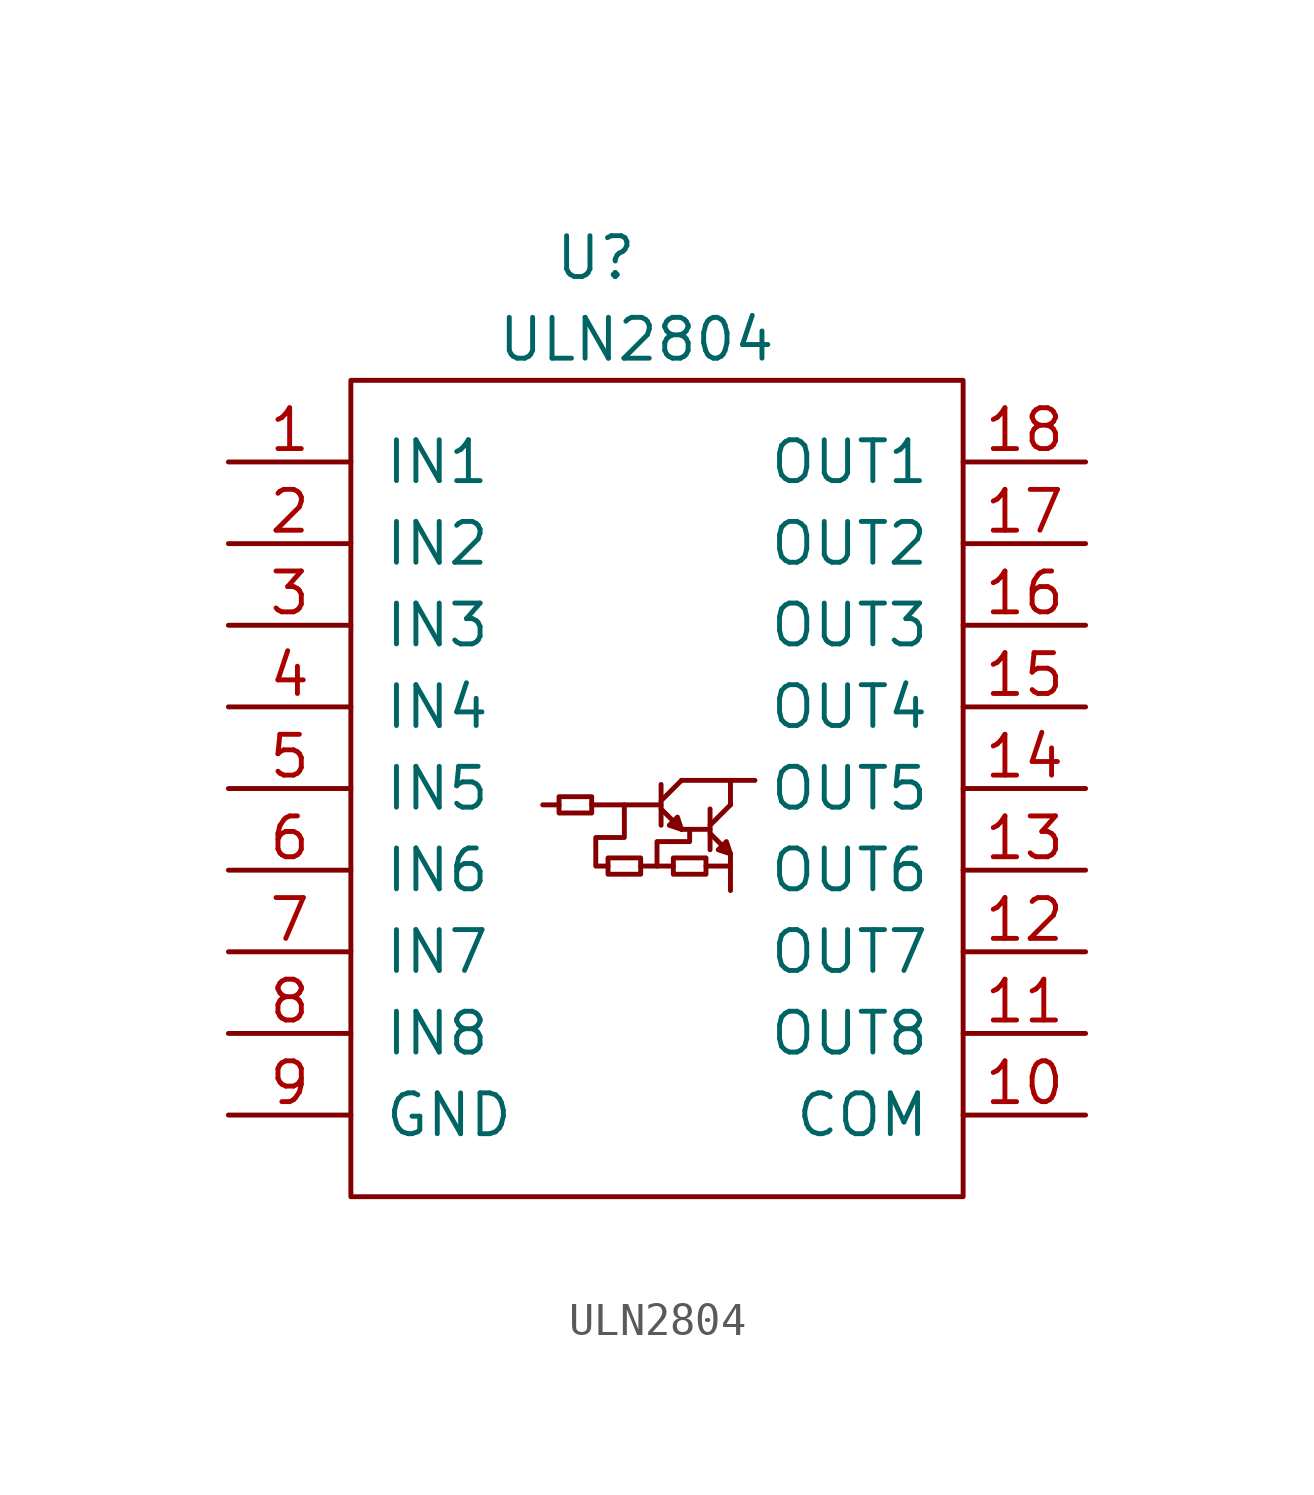
<source format=kicad_sym>
(kicad_symbol_lib
  (version 20211014)
  (generator kicad_symbol_editor)
  (symbol "ULN2804"
    (pin_names
      (offset 1.016))
    (property "Reference" "U"
      (at -2.54 16.51 0)
      (effects (font (size 1.27 1.27))))
    (property "Value" "ULN2804"
      (at -1.27 13.97 0)
      (effects (font (size 1.27 1.27))))
    (symbol "ULN2804_0_1"
      (polyline (pts (xy -3.683 -0.508) (xy -4.191 -0.508)) (stroke (width 0) (type default) (color 0 0 0 0)) (fill (type none)))
      (polyline (pts (xy -0.508 -0.635) (xy 0.127 -1.27)) (stroke (width 0) (type default) (color 0 0 0 0)) (fill (type none)))
      (polyline (pts (xy -0.508 -0.508) (xy -2.667 -0.508)) (stroke (width 0) (type default) (color 0 0 0 0)) (fill (type none)))
      (polyline (pts (xy -0.508 -0.381) (xy 0.127 0.254)) (stroke (width 0) (type default) (color 0 0 0 0)) (fill (type none)))
      (polyline (pts (xy -0.508 0.127) (xy -0.508 -1.143)) (stroke (width 0) (type default) (color 0 0 0 0)) (fill (type none)))
      (polyline (pts (xy -0.127 -2.413) (xy -1.143 -2.413)) (stroke (width 0) (type default) (color 0 0 0 0)) (fill (type none)))
      (polyline (pts (xy 0.127 -1.27) (xy 1.016 -1.27)) (stroke (width 0) (type default) (color 0 0 0 0)) (fill (type none)))
      (polyline (pts (xy 0.889 -2.413) (xy 1.651 -2.413)) (stroke (width 0) (type default) (color 0 0 0 0)) (fill (type none)))
      (polyline (pts (xy 1.016 -1.397) (xy 1.651 -2.032)) (stroke (width 0) (type default) (color 0 0 0 0)) (fill (type none)))
      (polyline (pts (xy 1.016 -1.143) (xy 1.651 -0.508)) (stroke (width 0) (type default) (color 0 0 0 0)) (fill (type none)))
      (polyline (pts (xy 1.016 -0.635) (xy 1.016 -1.905)) (stroke (width 0) (type default) (color 0 0 0 0)) (fill (type none)))
      (polyline (pts (xy 1.651 -2.032) (xy 1.651 -3.175)) (stroke (width 0) (type default) (color 0 0 0 0)) (fill (type none)))
      (polyline (pts (xy 1.651 0.254) (xy 2.413 0.254)) (stroke (width 0) (type default) (color 0 0 0 0)) (fill (type none)))
      (polyline (pts (xy 0.127 0.254) (xy 1.651 0.254) (xy 1.651 -0.508)) (stroke (width 0) (type default) (color 0 0 0 0)) (fill (type none)))
      (polyline (pts (xy 0.127 -1.27) (xy 0 -0.889) (xy -0.254 -1.143) (xy 0.127 -1.27)) (stroke (width 0) (type default) (color 0 0 0 0)) (fill (type none)))
      (polyline (pts (xy 0.381 -1.27) (xy 0.381 -1.651) (xy -0.635 -1.651) (xy -0.635 -2.413)) (stroke (width 0) (type default) (color 0 0 0 0)) (fill (type none)))
      (polyline (pts (xy 1.651 -2.032) (xy 1.524 -1.651) (xy 1.27 -1.905) (xy 1.651 -2.032)) (stroke (width 0) (type default) (color 0 0 0 0)) (fill (type none)))
      (polyline (pts (xy -3.683 -0.254) (xy -2.667 -0.254) (xy -2.667 -0.762) (xy -3.683 -0.762) (xy -3.683 -0.254)) (stroke (width 0) (type default) (color 0 0 0 0)) (fill (type none)))
      (polyline (pts (xy -2.159 -2.413) (xy -2.54 -2.413) (xy -2.54 -1.524) (xy -1.651 -1.524) (xy -1.651 -0.508)) (stroke (width 0) (type default) (color 0 0 0 0)) (fill (type none)))
      (polyline (pts (xy -2.159 -2.159) (xy -1.143 -2.159) (xy -1.143 -2.667) (xy -2.159 -2.667) (xy -2.159 -2.159)) (stroke (width 0) (type default) (color 0 0 0 0)) (fill (type none)))
      (polyline (pts (xy -0.127 -2.159) (xy 0.889 -2.159) (xy 0.889 -2.667) (xy -0.127 -2.667) (xy -0.127 -2.159)) (stroke (width 0) (type default) (color 0 0 0 0)) (fill (type none)))
      (rectangle (start 8.89 -12.7) (end -10.16 12.7) (stroke (width 0) (type default) (color 0 0 0 0)) (fill (type none))))
    (symbol "ULN2804_1_1"
      (pin input line (at -13.97 10.16 0) (length 3.81) (name "IN1" (effects (font (size 1.27 1.27)))) (number "1" (effects (font (size 1.27 1.27)))))
      (pin input line (at 12.7 -10.16 180) (length 3.81) (name "COM" (effects (font (size 1.27 1.27)))) (number "10" (effects (font (size 1.27 1.27)))))
      (pin input line (at 12.7 -7.62 180) (length 3.81) (name "OUT8" (effects (font (size 1.27 1.27)))) (number "11" (effects (font (size 1.27 1.27)))))
      (pin input line (at 12.7 -5.08 180) (length 3.81) (name "OUT7" (effects (font (size 1.27 1.27)))) (number "12" (effects (font (size 1.27 1.27)))))
      (pin input line (at 12.7 -2.54 180) (length 3.81) (name "OUT6" (effects (font (size 1.27 1.27)))) (number "13" (effects (font (size 1.27 1.27)))))
      (pin input line (at 12.7 0 180) (length 3.81) (name "OUT5" (effects (font (size 1.27 1.27)))) (number "14" (effects (font (size 1.27 1.27)))))
      (pin input line (at 12.7 2.54 180) (length 3.81) (name "OUT4" (effects (font (size 1.27 1.27)))) (number "15" (effects (font (size 1.27 1.27)))))
      (pin input line (at 12.7 5.08 180) (length 3.81) (name "OUT3" (effects (font (size 1.27 1.27)))) (number "16" (effects (font (size 1.27 1.27)))))
      (pin input line (at 12.7 7.62 180) (length 3.81) (name "OUT2" (effects (font (size 1.27 1.27)))) (number "17" (effects (font (size 1.27 1.27)))))
      (pin input line (at 12.7 10.16 180) (length 3.81) (name "OUT1" (effects (font (size 1.27 1.27)))) (number "18" (effects (font (size 1.27 1.27)))))
      (pin input line (at -13.97 7.62 0) (length 3.81) (name "IN2" (effects (font (size 1.27 1.27)))) (number "2" (effects (font (size 1.27 1.27)))))
      (pin input line (at -13.97 5.08 0) (length 3.81) (name "IN3" (effects (font (size 1.27 1.27)))) (number "3" (effects (font (size 1.27 1.27)))))
      (pin input line (at -13.97 2.54 0) (length 3.81) (name "IN4" (effects (font (size 1.27 1.27)))) (number "4" (effects (font (size 1.27 1.27)))))
      (pin input line (at -13.97 0 0) (length 3.81) (name "IN5" (effects (font (size 1.27 1.27)))) (number "5" (effects (font (size 1.27 1.27)))))
      (pin input line (at -13.97 -2.54 0) (length 3.81) (name "IN6" (effects (font (size 1.27 1.27)))) (number "6" (effects (font (size 1.27 1.27)))))
      (pin input line (at -13.97 -5.08 0) (length 3.81) (name "IN7" (effects (font (size 1.27 1.27)))) (number "7" (effects (font (size 1.27 1.27)))))
      (pin input line (at -13.97 -7.62 0) (length 3.81) (name "IN8" (effects (font (size 1.27 1.27)))) (number "8" (effects (font (size 1.27 1.27)))))
      (pin input line (at -13.97 -10.16 0) (length 3.81) (name "GND" (effects (font (size 1.27 1.27)))) (number "9" (effects (font (size 1.27 1.27))))))))
</source>
